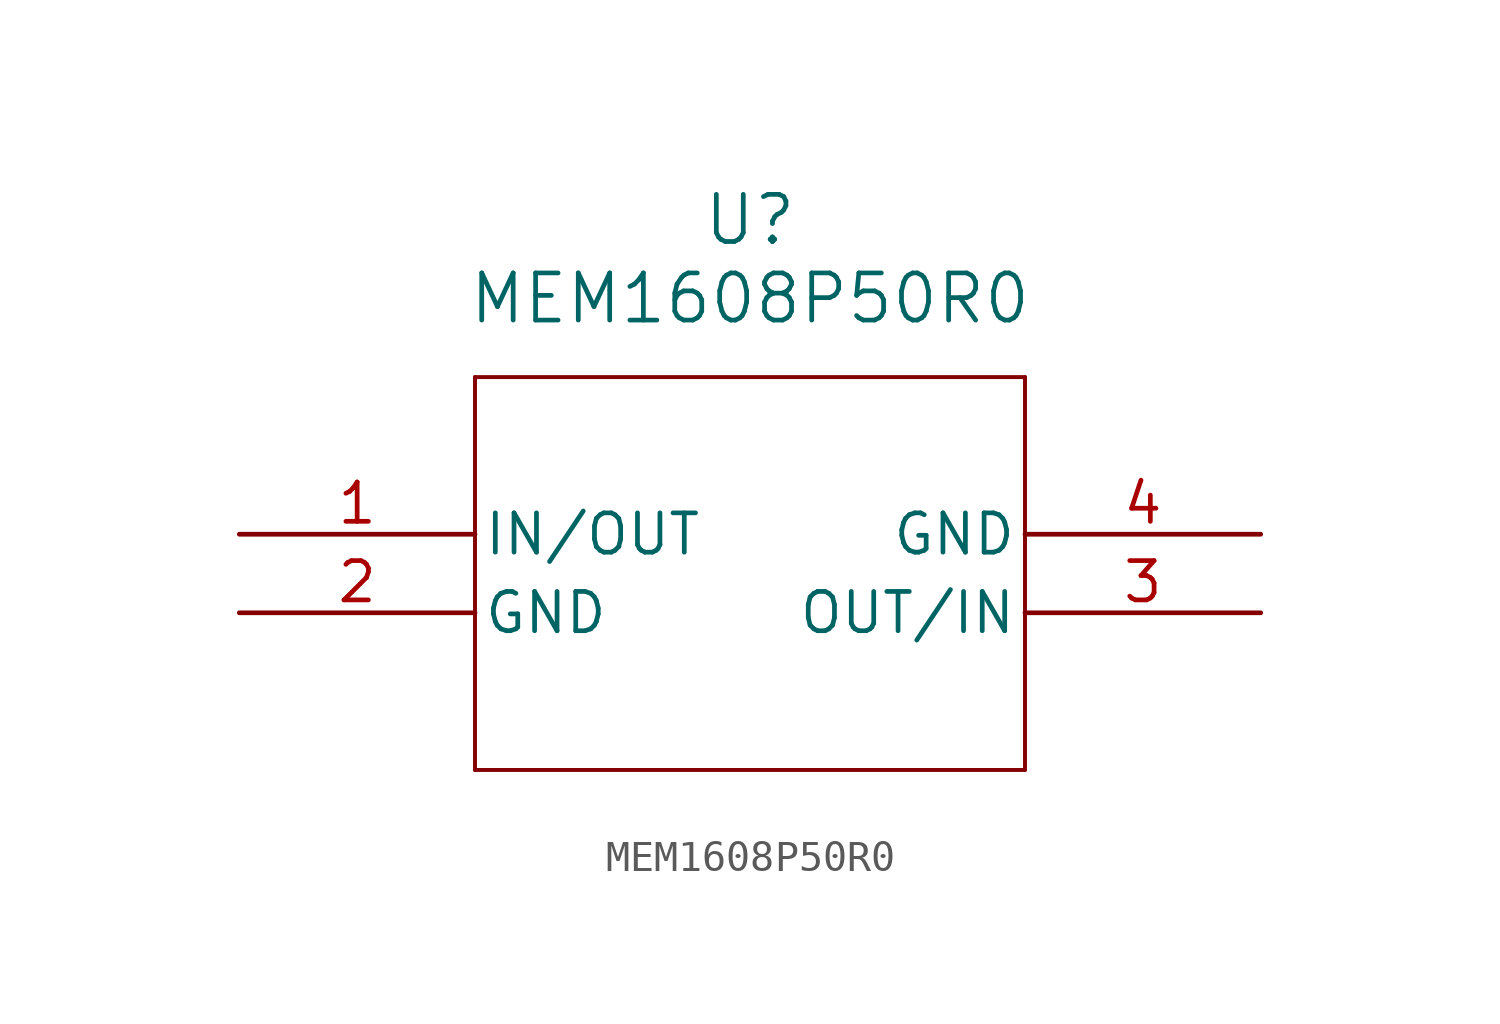
<source format=kicad_sym>
(kicad_symbol_lib
  (version 20211014)
  (generator kicad_symbol_editor)
  (symbol "MEM1608P50R0"
    (pin_names
      (offset 0.254))
    (property "Reference" "U"
      (at 16.51 10.16 0)
      (effects (font (size 1.524 1.524))))
    (property "Value" "MEM1608P50R0"
      (at 16.51 7.62 0)
      (effects (font (size 1.524 1.524))))
    (property "ki_locked" ""
      (at 0 0 0)
      (effects (font (size 1.27 1.27))))
    (symbol "MEM1608P50R0_0_1"
      (polyline (pts (xy 7.62 -7.62) (xy 25.4 -7.62)) (stroke (width 0.127) (type default) (color 0 0 0 0)) (fill (type none)))
      (polyline (pts (xy 7.62 5.08) (xy 7.62 -7.62)) (stroke (width 0.127) (type default) (color 0 0 0 0)) (fill (type none)))
      (polyline (pts (xy 25.4 -7.62) (xy 25.4 5.08)) (stroke (width 0.127) (type default) (color 0 0 0 0)) (fill (type none)))
      (polyline (pts (xy 25.4 5.08) (xy 7.62 5.08)) (stroke (width 0.127) (type default) (color 0 0 0 0)) (fill (type none)))
      (pin bidirectional line (at 0 0 0) (length 7.62) (name "IN/OUT" (effects (font (size 1.27 1.27)))) (number "1" (effects (font (size 1.27 1.27)))))
      (pin power_in line (at 0 -2.54 0) (length 7.62) (name "GND" (effects (font (size 1.27 1.27)))) (number "2" (effects (font (size 1.27 1.27)))))
      (pin bidirectional line (at 33.02 -2.54 180) (length 7.62) (name "OUT/IN" (effects (font (size 1.27 1.27)))) (number "3" (effects (font (size 1.27 1.27)))))
      (pin power_in line (at 33.02 0 180) (length 7.62) (name "GND" (effects (font (size 1.27 1.27)))) (number "4" (effects (font (size 1.27 1.27))))))))
</source>
